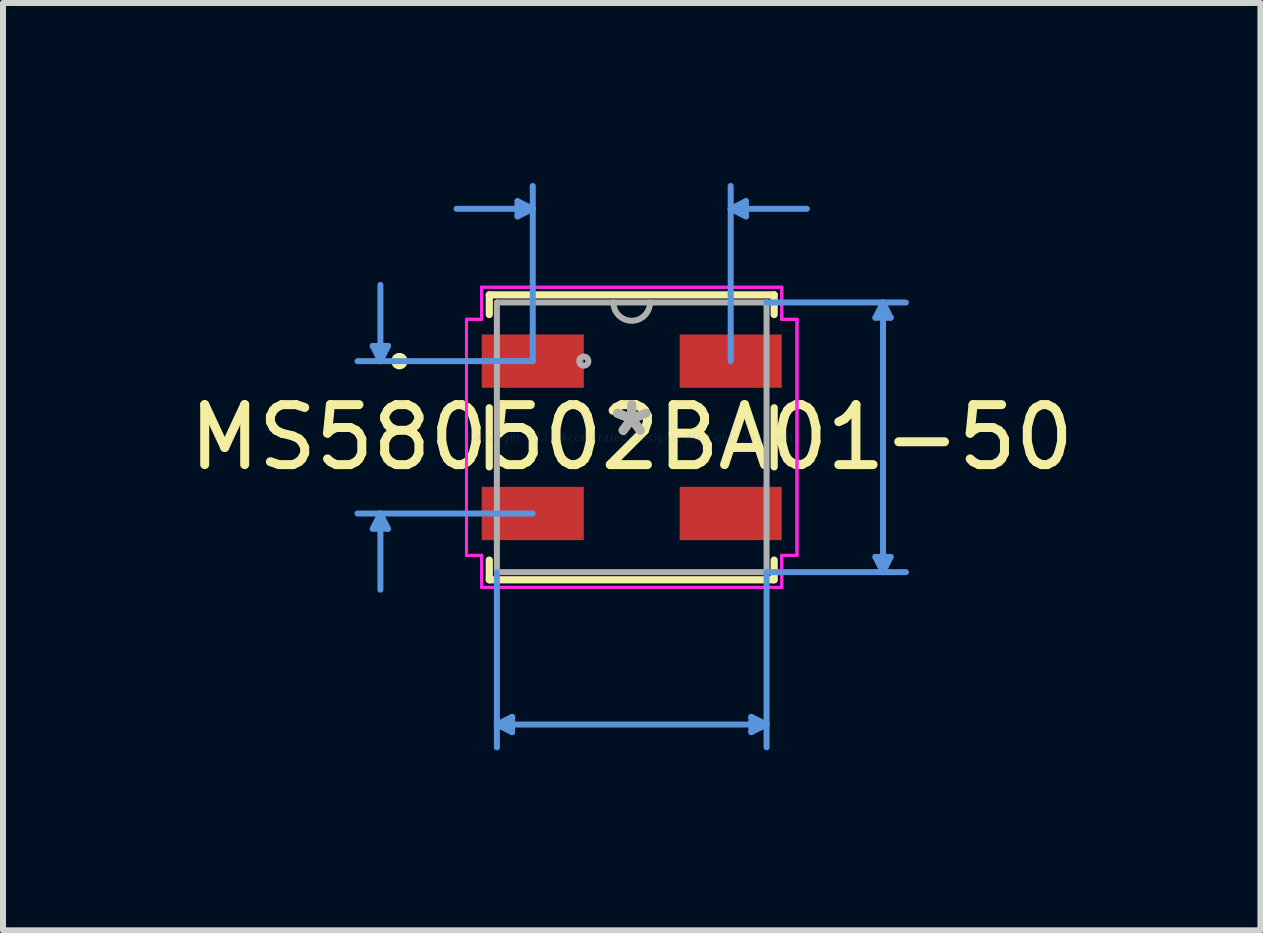
<source format=kicad_pcb>
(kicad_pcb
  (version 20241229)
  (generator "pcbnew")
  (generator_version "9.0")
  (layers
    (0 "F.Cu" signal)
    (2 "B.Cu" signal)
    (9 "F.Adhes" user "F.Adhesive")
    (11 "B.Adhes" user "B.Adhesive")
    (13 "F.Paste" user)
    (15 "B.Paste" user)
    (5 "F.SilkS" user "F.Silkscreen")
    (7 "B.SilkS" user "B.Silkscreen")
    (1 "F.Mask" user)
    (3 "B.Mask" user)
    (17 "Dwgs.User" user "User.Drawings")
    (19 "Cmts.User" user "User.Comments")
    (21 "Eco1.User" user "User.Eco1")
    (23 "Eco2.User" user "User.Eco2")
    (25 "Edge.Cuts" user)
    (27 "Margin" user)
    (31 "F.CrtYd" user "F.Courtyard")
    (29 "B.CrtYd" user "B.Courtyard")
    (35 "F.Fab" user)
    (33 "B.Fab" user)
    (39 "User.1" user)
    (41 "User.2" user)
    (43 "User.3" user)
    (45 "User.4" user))
  (footprint "MS580502BA01-50"
    (layer "F.Cu")
    (at 7.482 4.241)
    (property "Reference" "MS580502BA01-50" (at 0 0 0) (layer "F.SilkS") (effects (font (size 1 1) (thickness 0.15))))
    (attr through_hole)
    (fp_line (start -2.375 -2.375) (end -2.375 -2.047) (stroke (width 0.12) (type solid)) (layer "F.SilkS"))
    (fp_line (start -2.375 -0.493) (end -2.375 0.493) (stroke (width 0.12) (type solid)) (layer "F.SilkS"))
    (fp_line (start -2.375 2.047) (end -2.375 2.375) (stroke (width 0.12) (type solid)) (layer "F.SilkS"))
    (fp_line (start -2.375 2.375) (end 2.375 2.375) (stroke (width 0.12) (type solid)) (layer "F.SilkS"))
    (fp_line (start 2.375 -2.375) (end -2.375 -2.375) (stroke (width 0.12) (type solid)) (layer "F.SilkS"))
    (fp_line (start 2.375 -2.047) (end 2.375 -2.375) (stroke (width 0.12) (type solid)) (layer "F.SilkS"))
    (fp_line (start 2.375 0.493) (end 2.375 -0.493) (stroke (width 0.12) (type solid)) (layer "F.SilkS"))
    (fp_line (start 2.375 2.375) (end 2.375 2.047) (stroke (width 0.12) (type solid)) (layer "F.SilkS"))
    (fp_circle (center -3.873 -1.27) (end -3.796 -1.27) (stroke (width 0.12) (type solid)) (fill no) (layer "F.SilkS"))
    (fp_line (start -4.317 -1.524) (end -4.063 -1.524) (stroke (width 0.1) (type solid)) (layer "Cmts.User"))
    (fp_line (start -4.317 1.524) (end -4.063 1.524) (stroke (width 0.1) (type solid)) (layer "Cmts.User"))
    (fp_line (start -4.19 -1.27) (end -4.317 -1.524) (stroke (width 0.1) (type solid)) (layer "Cmts.User"))
    (fp_line (start -4.19 -1.27) (end -4.19 -2.54) (stroke (width 0.1) (type solid)) (layer "Cmts.User"))
    (fp_line (start -4.19 -1.27) (end -4.063 -1.524) (stroke (width 0.1) (type solid)) (layer "Cmts.User"))
    (fp_line (start -4.19 1.27) (end -4.317 1.524) (stroke (width 0.1) (type solid)) (layer "Cmts.User"))
    (fp_line (start -4.19 1.27) (end -4.19 2.54) (stroke (width 0.1) (type solid)) (layer "Cmts.User"))
    (fp_line (start -4.19 1.27) (end -4.063 1.524) (stroke (width 0.1) (type solid)) (layer "Cmts.User"))
    (fp_line (start -2.248 2.248) (end -2.248 5.169) (stroke (width 0.1) (type solid)) (layer "Cmts.User"))
    (fp_line (start -2.248 4.788) (end -1.994 4.661) (stroke (width 0.1) (type solid)) (layer "Cmts.User"))
    (fp_line (start -2.248 4.788) (end -1.994 4.915) (stroke (width 0.1) (type solid)) (layer "Cmts.User"))
    (fp_line (start -2.248 4.788) (end 2.248 4.788) (stroke (width 0.1) (type solid)) (layer "Cmts.User"))
    (fp_line (start -1.994 4.661) (end -1.994 4.915) (stroke (width 0.1) (type solid)) (layer "Cmts.User"))
    (fp_line (start -1.904 -3.937) (end -1.904 -3.683) (stroke (width 0.1) (type solid)) (layer "Cmts.User"))
    (fp_line (start -1.65 -3.81) (end -2.92 -3.81) (stroke (width 0.1) (type solid)) (layer "Cmts.User"))
    (fp_line (start -1.65 -3.81) (end -1.904 -3.937) (stroke (width 0.1) (type solid)) (layer "Cmts.User"))
    (fp_line (start -1.65 -3.81) (end -1.904 -3.683) (stroke (width 0.1) (type solid)) (layer "Cmts.User"))
    (fp_line (start -1.65 -1.27) (end -4.571 -1.27) (stroke (width 0.1) (type solid)) (layer "Cmts.User"))
    (fp_line (start -1.65 -1.27) (end -1.65 -4.191) (stroke (width 0.1) (type solid)) (layer "Cmts.User"))
    (fp_line (start -1.65 1.27) (end -4.571 1.27) (stroke (width 0.1) (type solid)) (layer "Cmts.User"))
    (fp_line (start 1.65 -3.81) (end 1.904 -3.937) (stroke (width 0.1) (type solid)) (layer "Cmts.User"))
    (fp_line (start 1.65 -3.81) (end 1.904 -3.683) (stroke (width 0.1) (type solid)) (layer "Cmts.User"))
    (fp_line (start 1.65 -3.81) (end 2.92 -3.81) (stroke (width 0.1) (type solid)) (layer "Cmts.User"))
    (fp_line (start 1.65 -1.27) (end 1.65 -4.191) (stroke (width 0.1) (type solid)) (layer "Cmts.User"))
    (fp_line (start 1.904 -3.937) (end 1.904 -3.683) (stroke (width 0.1) (type solid)) (layer "Cmts.User"))
    (fp_line (start 1.994 4.661) (end 1.994 4.915) (stroke (width 0.1) (type solid)) (layer "Cmts.User"))
    (fp_line (start 2.248 -2.248) (end 4.571 -2.248) (stroke (width 0.1) (type solid)) (layer "Cmts.User"))
    (fp_line (start 2.248 2.248) (end 2.248 5.169) (stroke (width 0.1) (type solid)) (layer "Cmts.User"))
    (fp_line (start 2.248 2.248) (end 4.571 2.248) (stroke (width 0.1) (type solid)) (layer "Cmts.User"))
    (fp_line (start 2.248 4.788) (end 1.994 4.661) (stroke (width 0.1) (type solid)) (layer "Cmts.User"))
    (fp_line (start 2.248 4.788) (end 1.994 4.915) (stroke (width 0.1) (type solid)) (layer "Cmts.User"))
    (fp_line (start 4.063 -1.994) (end 4.317 -1.994) (stroke (width 0.1) (type solid)) (layer "Cmts.User"))
    (fp_line (start 4.063 1.994) (end 4.317 1.994) (stroke (width 0.1) (type solid)) (layer "Cmts.User"))
    (fp_line (start 4.19 -2.248) (end 4.063 -1.994) (stroke (width 0.1) (type solid)) (layer "Cmts.User"))
    (fp_line (start 4.19 -2.248) (end 4.19 2.248) (stroke (width 0.1) (type solid)) (layer "Cmts.User"))
    (fp_line (start 4.19 -2.248) (end 4.317 -1.994) (stroke (width 0.1) (type solid)) (layer "Cmts.User"))
    (fp_line (start 4.19 2.248) (end 4.063 1.994) (stroke (width 0.1) (type solid)) (layer "Cmts.User"))
    (fp_line (start 4.19 2.248) (end 4.317 1.994) (stroke (width 0.1) (type solid)) (layer "Cmts.User"))
    (fp_line (start -2.755 -1.968) (end -2.502 -1.968) (stroke (width 0.05) (type solid)) (layer "F.CrtYd"))
    (fp_line (start -2.755 -1.968) (end -2.502 -1.968) (stroke (width 0.05) (type solid)) (layer "F.CrtYd"))
    (fp_line (start -2.755 1.968) (end -2.755 -1.968) (stroke (width 0.05) (type solid)) (layer "F.CrtYd"))
    (fp_line (start -2.755 1.968) (end -2.755 -1.968) (stroke (width 0.05) (type solid)) (layer "F.CrtYd"))
    (fp_line (start -2.755 1.968) (end -2.502 1.968) (stroke (width 0.05) (type solid)) (layer "F.CrtYd"))
    (fp_line (start -2.502 -2.502) (end 2.502 -2.502) (stroke (width 0.05) (type solid)) (layer "F.CrtYd"))
    (fp_line (start -2.502 -2.502) (end 2.502 -2.502) (stroke (width 0.05) (type solid)) (layer "F.CrtYd"))
    (fp_line (start -2.502 -1.968) (end -2.502 -2.502) (stroke (width 0.05) (type solid)) (layer "F.CrtYd"))
    (fp_line (start -2.502 -1.968) (end -2.502 -2.502) (stroke (width 0.05) (type solid)) (layer "F.CrtYd"))
    (fp_line (start -2.502 1.968) (end -2.755 1.968) (stroke (width 0.05) (type solid)) (layer "F.CrtYd"))
    (fp_line (start -2.502 2.502) (end -2.502 1.968) (stroke (width 0.05) (type solid)) (layer "F.CrtYd"))
    (fp_line (start -2.502 2.502) (end -2.502 1.968) (stroke (width 0.05) (type solid)) (layer "F.CrtYd"))
    (fp_line (start 2.502 -2.502) (end 2.502 -1.968) (stroke (width 0.05) (type solid)) (layer "F.CrtYd"))
    (fp_line (start 2.502 -2.502) (end 2.502 -1.968) (stroke (width 0.05) (type solid)) (layer "F.CrtYd"))
    (fp_line (start 2.502 -1.968) (end 2.755 -1.968) (stroke (width 0.05) (type solid)) (layer "F.CrtYd"))
    (fp_line (start 2.502 1.968) (end 2.502 2.502) (stroke (width 0.05) (type solid)) (layer "F.CrtYd"))
    (fp_line (start 2.502 1.968) (end 2.502 2.502) (stroke (width 0.05) (type solid)) (layer "F.CrtYd"))
    (fp_line (start 2.502 2.502) (end -2.502 2.502) (stroke (width 0.05) (type solid)) (layer "F.CrtYd"))
    (fp_line (start 2.502 2.502) (end -2.502 2.502) (stroke (width 0.05) (type solid)) (layer "F.CrtYd"))
    (fp_line (start 2.755 -1.968) (end 2.502 -1.968) (stroke (width 0.05) (type solid)) (layer "F.CrtYd"))
    (fp_line (start 2.755 -1.968) (end 2.755 1.968) (stroke (width 0.05) (type solid)) (layer "F.CrtYd"))
    (fp_line (start 2.755 -1.968) (end 2.755 1.968) (stroke (width 0.05) (type solid)) (layer "F.CrtYd"))
    (fp_line (start 2.755 1.968) (end 2.502 1.968) (stroke (width 0.05) (type solid)) (layer "F.CrtYd"))
    (fp_line (start 2.755 1.968) (end 2.502 1.968) (stroke (width 0.05) (type solid)) (layer "F.CrtYd"))
    (fp_line (start -2.248 -2.248) (end -2.248 2.248) (stroke (width 0.1) (type solid)) (layer "F.Fab"))
    (fp_line (start -2.248 2.248) (end 2.248 2.248) (stroke (width 0.1) (type solid)) (layer "F.Fab"))
    (fp_line (start 2.248 -2.248) (end -2.248 -2.248) (stroke (width 0.1) (type solid)) (layer "F.Fab"))
    (fp_line (start 2.248 2.248) (end 2.248 -2.248) (stroke (width 0.1) (type solid)) (layer "F.Fab"))
    (fp_arc (start 0.3048 -2.2479) (mid 0 -1.9431) (end -0.3048 -2.2479) (stroke (width 0.1) (type solid)) (layer "F.Fab"))
    (fp_circle (center -0.799 -1.27) (end -0.723 -1.27) (stroke (width 0.1) (type solid)) (fill no) (layer "F.Fab"))
    (fp_text user "*" (at 0 0 0) (layer "F.SilkS") (effects (font (size 1 1) (thickness 0.15))))
    (fp_text user "Copyright 2021 Accelerated Designs. All rights reserved." (at 0 0 0) (layer "Cmts.User") (effects (font (size 0.127 0.127) (thickness 0.002))))
    (fp_text user "*" (at 0 0 0) (layer "F.Fab") (effects (font (size 1 1) (thickness 0.15))))
    (pad "1" smd rect (at -1.65 -1.27) (size 1.702 0.889) (layers "F.Cu" "F.Mask" "F.Paste"))
    (pad "2" smd rect (at -1.65 1.27) (size 1.702 0.889) (layers "F.Cu" "F.Mask" "F.Paste"))
    (pad "3" smd rect (at 1.65 1.27) (size 1.702 0.889) (layers "F.Cu" "F.Mask" "F.Paste"))
    (pad "4" smd rect (at 1.65 -1.27) (size 1.702 0.889) (layers "F.Cu" "F.Mask" "F.Paste")))
  (gr_rect
    (start -3 -3)
    (end 17.964 12.46)
    (stroke (width 0.1) (type default))
    (fill no)
    (layer "Edge.Cuts")))
</source>
